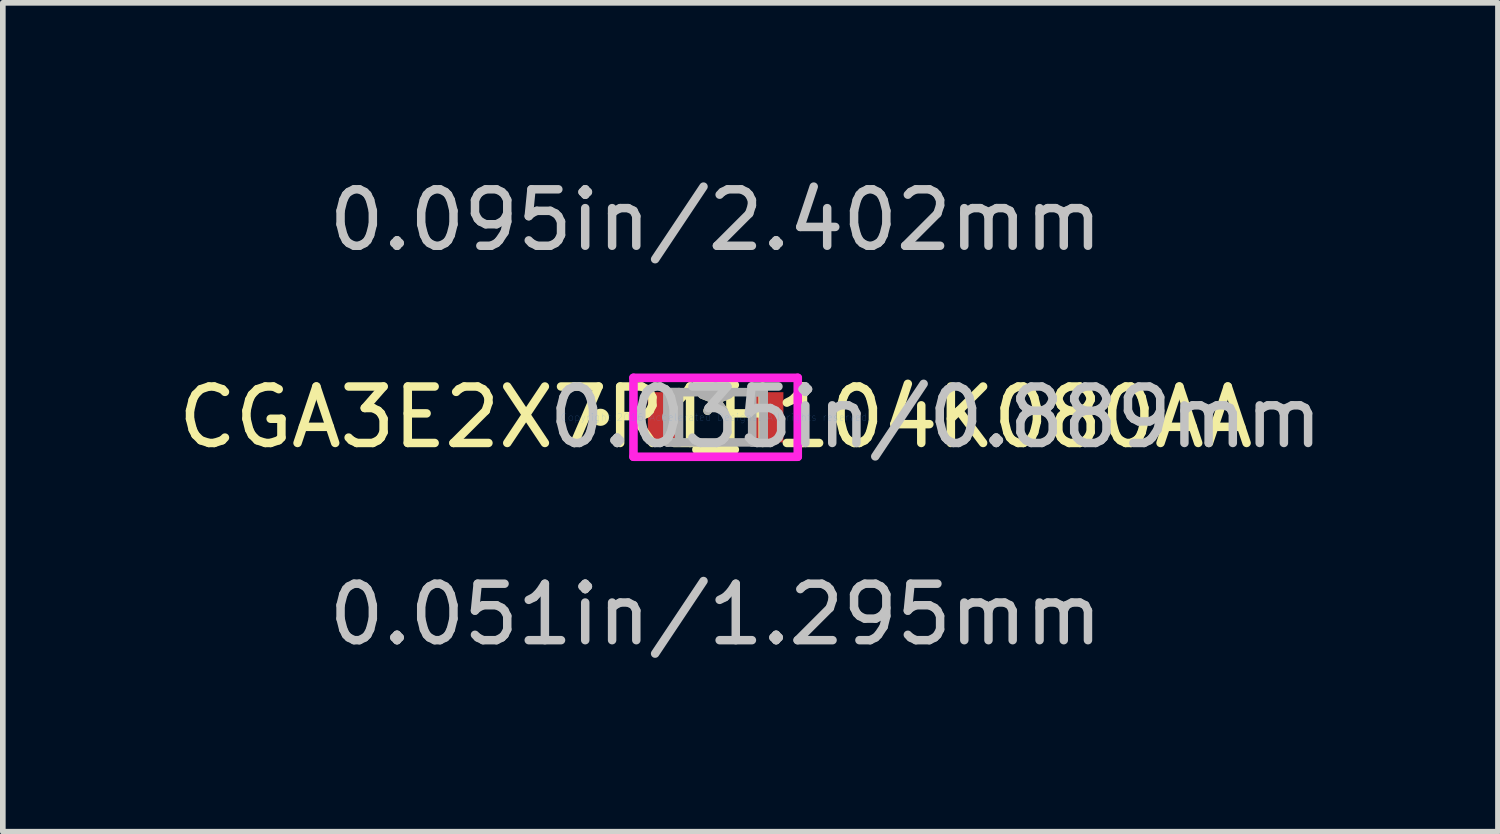
<source format=kicad_pcb>
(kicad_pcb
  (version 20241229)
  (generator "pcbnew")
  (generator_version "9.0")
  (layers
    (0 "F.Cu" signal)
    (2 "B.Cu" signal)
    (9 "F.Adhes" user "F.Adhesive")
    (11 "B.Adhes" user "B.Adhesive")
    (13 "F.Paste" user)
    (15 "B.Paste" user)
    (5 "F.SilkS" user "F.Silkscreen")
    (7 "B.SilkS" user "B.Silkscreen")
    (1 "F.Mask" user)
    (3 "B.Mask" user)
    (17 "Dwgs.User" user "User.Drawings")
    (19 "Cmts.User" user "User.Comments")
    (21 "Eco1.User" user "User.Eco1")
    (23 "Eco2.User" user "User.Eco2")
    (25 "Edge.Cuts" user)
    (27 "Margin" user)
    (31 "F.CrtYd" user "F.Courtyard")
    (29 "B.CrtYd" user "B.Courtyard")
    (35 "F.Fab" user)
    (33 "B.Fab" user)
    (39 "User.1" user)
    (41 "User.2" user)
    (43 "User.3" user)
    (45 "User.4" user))
  (footprint "CGA3E2X7R1H104K080AA"
    (layer "F.Cu")
    (at 9.625 4.341)
    (property "Reference" "CGA3E2X7R1H104K080AA" (at 0 0 0) (layer "F.SilkS") (effects (font (size 1 1) (thickness 0.15))))
    (attr through_hole)
    (fp_line (start -0.34 0.572) (end 0.34 0.572) (stroke (width 0.152) (type solid)) (layer "F.SilkS"))
    (fp_line (start 0.34 -0.572) (end -0.34 -0.572) (stroke (width 0.152) (type solid)) (layer "F.SilkS"))
    (fp_circle (center -2.039 0) (end -1.963 0) (stroke (width 0.152) (type solid)) (fill no) (layer "F.SilkS"))
    (fp_line (start -1.455 -0.699) (end 1.455 -0.699) (stroke (width 0.152) (type solid)) (layer "F.CrtYd"))
    (fp_line (start -1.455 0.699) (end -1.455 -0.699) (stroke (width 0.152) (type solid)) (layer "F.CrtYd"))
    (fp_line (start 1.455 -0.699) (end 1.455 0.699) (stroke (width 0.152) (type solid)) (layer "F.CrtYd"))
    (fp_line (start 1.455 0.699) (end -1.455 0.699) (stroke (width 0.152) (type solid)) (layer "F.CrtYd"))
    (fp_line (start -0.851 -0.445) (end -0.851 0.445) (stroke (width 0.152) (type solid)) (layer "F.Fab"))
    (fp_line (start -0.851 -0.445) (end -0.851 0.445) (stroke (width 0.152) (type solid)) (layer "F.Fab"))
    (fp_line (start -0.851 0.445) (end -0.648 0.445) (stroke (width 0.152) (type solid)) (layer "F.Fab"))
    (fp_line (start -0.851 0.445) (end 0.851 0.445) (stroke (width 0.152) (type solid)) (layer "F.Fab"))
    (fp_line (start -0.648 -0.445) (end -0.851 -0.445) (stroke (width 0.152) (type solid)) (layer "F.Fab"))
    (fp_line (start -0.648 0.445) (end -0.648 -0.445) (stroke (width 0.152) (type solid)) (layer "F.Fab"))
    (fp_line (start 0.648 -0.445) (end 0.648 0.445) (stroke (width 0.152) (type solid)) (layer "F.Fab"))
    (fp_line (start 0.648 0.445) (end 0.851 0.445) (stroke (width 0.152) (type solid)) (layer "F.Fab"))
    (fp_line (start 0.851 -0.445) (end -0.851 -0.445) (stroke (width 0.152) (type solid)) (layer "F.Fab"))
    (fp_line (start 0.851 -0.445) (end 0.648 -0.445) (stroke (width 0.152) (type solid)) (layer "F.Fab"))
    (fp_line (start 0.851 0.445) (end 0.851 -0.445) (stroke (width 0.152) (type solid)) (layer "F.Fab"))
    (fp_line (start 0.851 0.445) (end 0.851 -0.445) (stroke (width 0.152) (type solid)) (layer "F.Fab"))
    (fp_circle (center -0.797 0) (end -0.721 0) (stroke (width 0.152) (type solid)) (fill no) (layer "F.Fab"))
    (fp_text user "*" (at 0 0 0) (layer "F.SilkS") (effects (font (size 1 1) (thickness 0.15))))
    (fp_text user "0.095in/2.402mm" (at 0 -3.493 0) (layer "Dwgs.User") (effects (font (size 1 1) (thickness 0.15))))
    (fp_text user "0.035in/0.889mm" (at 3.899 0 0) (layer "Dwgs.User") (effects (font (size 1 1) (thickness 0.15))))
    (fp_text user "0.051in/1.295mm" (at 0 3.493 0) (layer "Dwgs.User") (effects (font (size 1 1) (thickness 0.15))))
    (fp_text user "Copyright 2016 Accelerated Designs. All rights reserved." (at 0 0 0) (layer "Cmts.User") (effects (font (size 0.127 0.127) (thickness 0.002))))
    (fp_text user "*" (at 0 0 0) (layer "F.Fab") (effects (font (size 1 1) (thickness 0.15))))
    (pad "1" smd rect (at -0.924 0) (size 0.553 0.889) (layers "F.Cu" "F.Mask" "F.Paste"))
    (pad "2" smd rect (at 0.924 0) (size 0.553 0.889) (layers "F.Cu" "F.Mask" "F.Paste")))
  (gr_rect
    (start -3 -3)
    (end 23.482 11.681)
    (stroke (width 0.1) (type default))
    (fill no)
    (layer "Edge.Cuts")))
</source>
